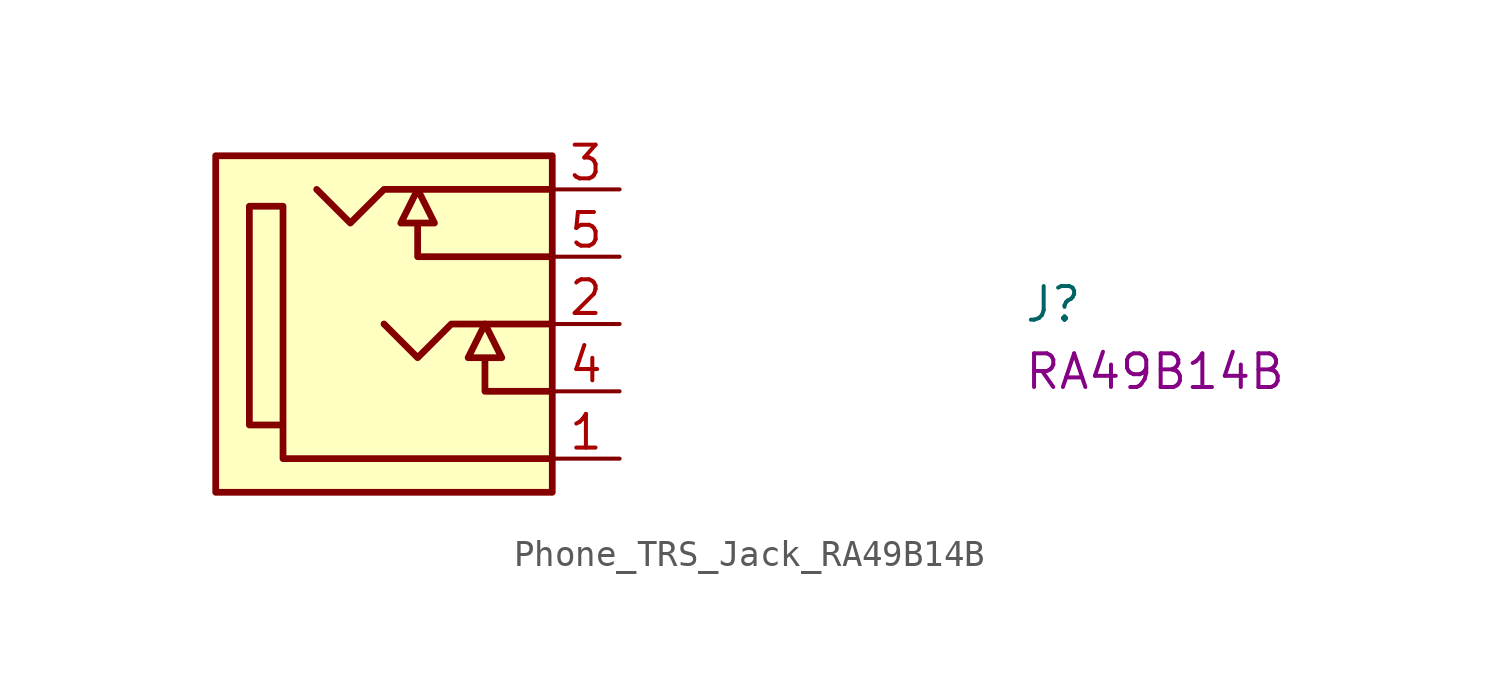
<source format=kicad_sym>
(kicad_symbol_lib
  (version 20220914)
  (generator kicad_symbol_editor)
  (symbol "Phone_TRS_Jack_RA49B14B"
    (property "Reference" "J"
      (at 15.24 -5.08 0)
      (effects (font (size 1.27 1.27) (thickness 0.15)) (justify left bottom)))
    (property "MPN" "RA49B14B"
      (at 15.24 -7.62 0)
      (effects (font (size 1.27 1.27) (thickness 0.15)) (justify left bottom)))
    (symbol "Phone_TRS_Jack_RA49B14B_1_1"
      (rectangle (start -2.54 1.27) (end -15.24 -11.43) (stroke (width 0.254) (type default)) (fill (type background)))
      (polyline (pts (xy -2.54 -5.08) (xy -6.35 -5.08) (xy -7.62 -6.35) (xy -8.89 -5.08)) (stroke (width 0.254) (type default)) (fill (type background)))
      (polyline (pts (xy -2.54 0) (xy -8.89 0) (xy -10.16 -1.27) (xy -11.43 0)) (stroke (width 0.254) (type default)) (fill (type background)))
      (polyline (pts (xy -2.54 -10.16) (xy -12.7 -10.16) (xy -12.7 -0.635) (xy -13.97 -0.635) (xy -13.97 -8.89) (xy -12.7 -8.89)) (stroke (width 0.254) (type default)) (fill (type background)))
      (polyline (pts (xy -2.54 -7.62) (xy -5.08 -7.62) (xy -5.08 -6.35) (xy -5.715 -6.35) (xy -5.08 -5.08) (xy -4.445 -6.35) (xy -5.08 -6.35)) (stroke (width 0.254) (type default)) (fill (type background)))
      (polyline (pts (xy -2.54 -2.54) (xy -7.62 -2.54) (xy -7.62 -1.27) (xy -8.255 -1.27) (xy -7.62 0) (xy -6.985 -1.27) (xy -7.62 -1.27)) (stroke (width 0.254) (type default)) (fill (type background)))
      (pin passive line (at 0 -10.16 180) (length 2.54) (name "~" (effects (font (size 1.27 1.27)))) (number "1" (effects (font (size 1.27 1.27)))))
      (pin passive line (at 0 -5.08 180) (length 2.54) (name "~" (effects (font (size 1.27 1.27)))) (number "2" (effects (font (size 1.27 1.27)))))
      (pin passive line (at 0 0 180) (length 2.54) (name "~" (effects (font (size 1.27 1.27)))) (number "3" (effects (font (size 1.27 1.27)))))
      (pin passive line (at 0 -7.62 180) (length 2.54) (name "~" (effects (font (size 1.27 1.27)))) (number "4" (effects (font (size 1.27 1.27)))))
      (pin passive line (at 0 -2.54 180) (length 2.54) (name "~" (effects (font (size 1.27 1.27)))) (number "5" (effects (font (size 1.27 1.27))))))))
</source>
